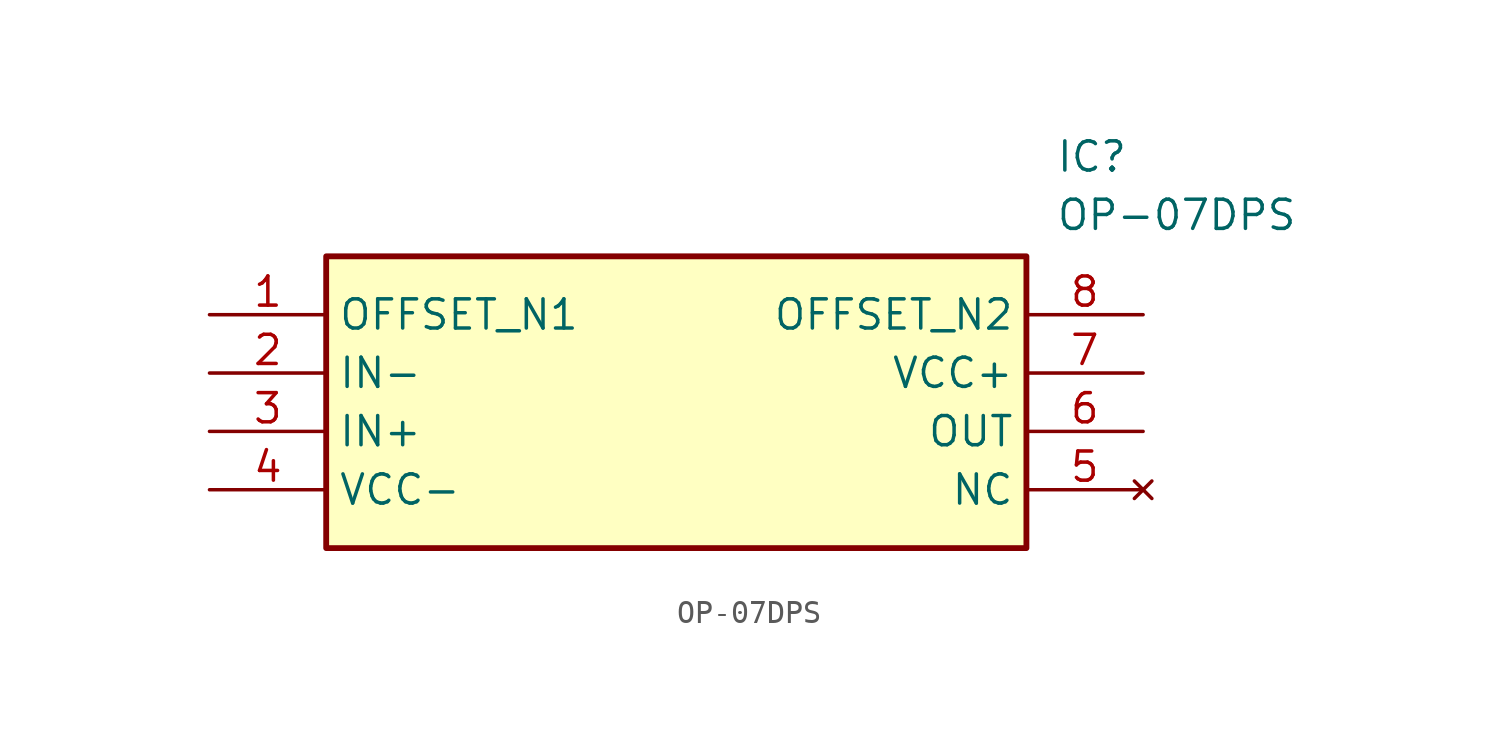
<source format=kicad_sym>
(kicad_symbol_lib
  (version 20211014)
  (generator SamacSys_ECAD_Model)
  (symbol "OP-07DPS"
    (property "Reference" "IC"
      (at 36.83 7.62 0)
      (effects (font (size 1.27 1.27)) (justify left top)))
    (property "Value" "OP-07DPS"
      (at 36.83 5.08 0)
      (effects (font (size 1.27 1.27)) (justify left top)))
    (rectangle
      (start 5.08 2.54)
      (end 35.56 -10.16)
      (stroke (width 0.254) (type default))
      (fill (type background)))
    (pin passive line
      (at 0 0 0)
      (length 5.08)
      (name "OFFSET_N1" (effects (font (size 1.27 1.27))))
      (number "1" (effects (font (size 1.27 1.27)))))
    (pin passive line
      (at 0 -2.54 0)
      (length 5.08)
      (name "IN-" (effects (font (size 1.27 1.27))))
      (number "2" (effects (font (size 1.27 1.27)))))
    (pin passive line
      (at 0 -5.08 0)
      (length 5.08)
      (name "IN+" (effects (font (size 1.27 1.27))))
      (number "3" (effects (font (size 1.27 1.27)))))
    (pin passive line
      (at 0 -7.62 0)
      (length 5.08)
      (name "VCC-" (effects (font (size 1.27 1.27))))
      (number "4" (effects (font (size 1.27 1.27)))))
    (pin passive line
      (at 40.64 0 180)
      (length 5.08)
      (name "OFFSET_N2" (effects (font (size 1.27 1.27))))
      (number "8" (effects (font (size 1.27 1.27)))))
    (pin passive line
      (at 40.64 -2.54 180)
      (length 5.08)
      (name "VCC+" (effects (font (size 1.27 1.27))))
      (number "7" (effects (font (size 1.27 1.27)))))
    (pin passive line
      (at 40.64 -5.08 180)
      (length 5.08)
      (name "OUT" (effects (font (size 1.27 1.27))))
      (number "6" (effects (font (size 1.27 1.27)))))
    (pin no_connect line
      (at 40.64 -7.62 180)
      (length 5.08)
      (name "NC" (effects (font (size 1.27 1.27))))
      (number "5" (effects (font (size 1.27 1.27)))))))
</source>
